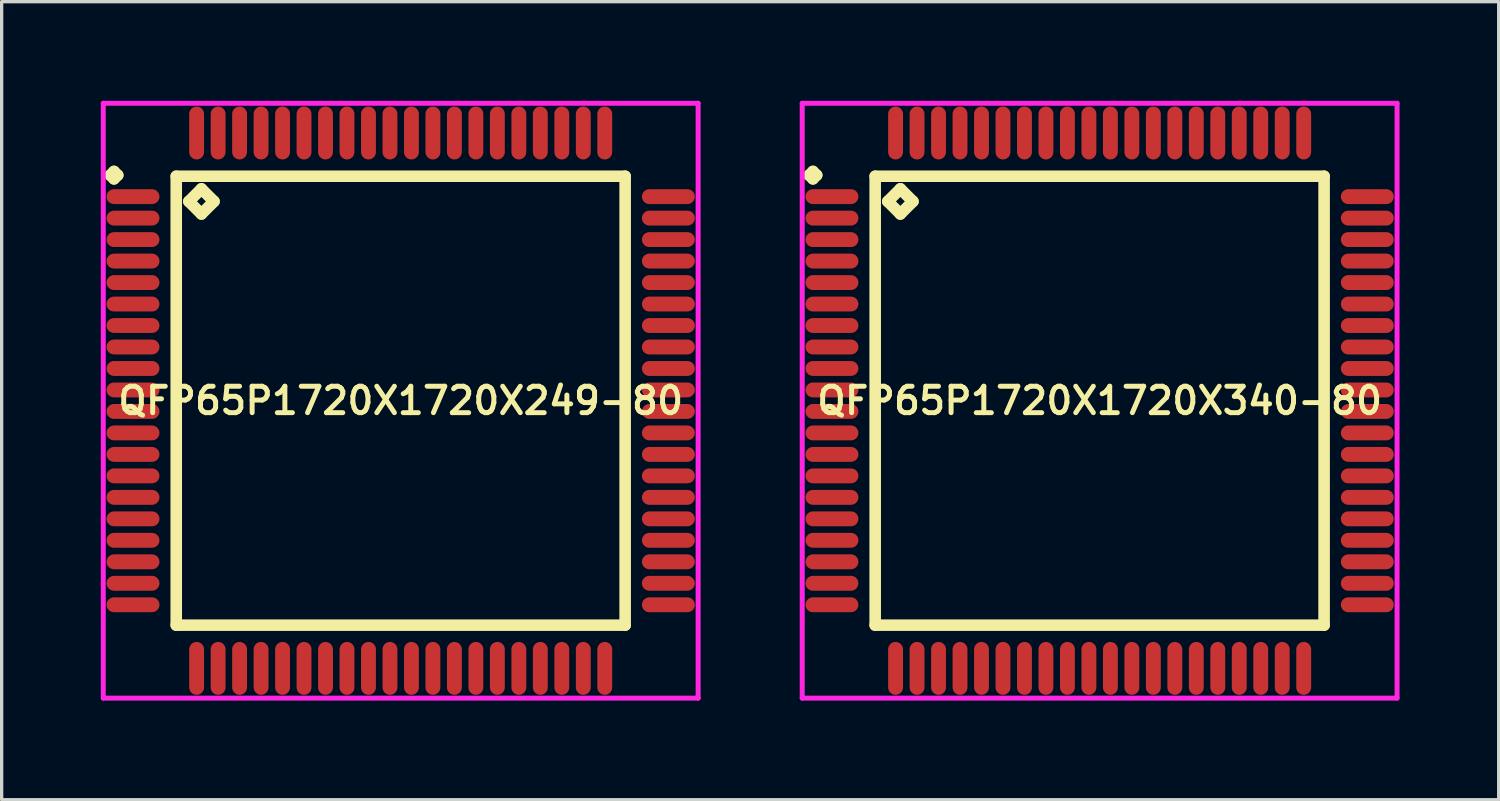
<source format=kicad_pcb>
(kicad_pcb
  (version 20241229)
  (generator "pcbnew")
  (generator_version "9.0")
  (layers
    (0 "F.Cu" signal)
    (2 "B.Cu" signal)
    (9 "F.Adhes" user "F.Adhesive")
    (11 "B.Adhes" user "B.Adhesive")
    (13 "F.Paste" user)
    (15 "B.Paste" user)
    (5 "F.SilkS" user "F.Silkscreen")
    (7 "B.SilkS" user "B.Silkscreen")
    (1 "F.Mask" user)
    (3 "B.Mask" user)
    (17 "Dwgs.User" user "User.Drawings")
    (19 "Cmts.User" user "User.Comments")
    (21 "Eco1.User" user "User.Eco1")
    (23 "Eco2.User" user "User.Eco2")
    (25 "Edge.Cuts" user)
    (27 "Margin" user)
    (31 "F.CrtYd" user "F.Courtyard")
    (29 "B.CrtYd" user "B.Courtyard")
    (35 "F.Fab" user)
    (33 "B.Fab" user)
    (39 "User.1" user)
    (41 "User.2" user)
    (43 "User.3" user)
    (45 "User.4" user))
  (footprint "QFP65P1720X1720X249-80"
    (layer "F.Cu")
    (at 9.075 9.075)
    (property "Reference" "QFP65P1720X1720X249-80" (at 0 0 0) (layer "F.SilkS") (effects (font (size 0.8 0.8) (thickness 0.15))))
    (attr smd)
    (fp_line (start -8.787 -6.825) (end -8.675 -6.938) (stroke (width 0.35) (type solid)) (layer "F.SilkS"))
    (fp_line (start -8.675 -6.938) (end -8.562 -6.825) (stroke (width 0.35) (type solid)) (layer "F.SilkS"))
    (fp_line (start -8.675 -6.713) (end -8.787 -6.825) (stroke (width 0.35) (type solid)) (layer "F.SilkS"))
    (fp_line (start -8.562 -6.825) (end -8.675 -6.713) (stroke (width 0.35) (type solid)) (layer "F.SilkS"))
    (fp_line (start -6.792 -6.792) (end -6.792 6.792) (stroke (width 0.35) (type solid)) (layer "F.SilkS"))
    (fp_line (start -6.792 6.792) (end 6.792 6.792) (stroke (width 0.35) (type solid)) (layer "F.SilkS"))
    (fp_line (start -6.411 -6.03) (end -6.03 -6.411) (stroke (width 0.35) (type solid)) (layer "F.SilkS"))
    (fp_line (start -6.03 -6.411) (end -5.649 -6.03) (stroke (width 0.35) (type solid)) (layer "F.SilkS"))
    (fp_line (start -6.03 -5.649) (end -6.411 -6.03) (stroke (width 0.35) (type solid)) (layer "F.SilkS"))
    (fp_line (start -5.649 -6.03) (end -6.03 -5.649) (stroke (width 0.35) (type solid)) (layer "F.SilkS"))
    (fp_line (start 6.792 -6.792) (end -6.792 -6.792) (stroke (width 0.35) (type solid)) (layer "F.SilkS"))
    (fp_line (start 6.792 6.792) (end 6.792 -6.792) (stroke (width 0.35) (type solid)) (layer "F.SilkS"))
    (fp_line (start -9 -9) (end 9 -9) (stroke (width 0.15) (type solid)) (layer "F.CrtYd"))
    (fp_line (start -9 9) (end -9 -9) (stroke (width 0.15) (type solid)) (layer "F.CrtYd"))
    (fp_line (start 9 -9) (end 9 9) (stroke (width 0.15) (type solid)) (layer "F.CrtYd"))
    (fp_line (start 9 9) (end -9 9) (stroke (width 0.15) (type solid)) (layer "F.CrtYd"))
    (pad "1" smd oval (at -8.1 -6.175) (size 1.6 0.45) (layers "F.Cu" "F.Mask" "F.Paste"))
    (pad "2" smd oval (at -8.1 -5.525) (size 1.6 0.45) (layers "F.Cu" "F.Mask" "F.Paste"))
    (pad "3" smd oval (at -8.1 -4.875) (size 1.6 0.45) (layers "F.Cu" "F.Mask" "F.Paste"))
    (pad "4" smd oval (at -8.1 -4.225) (size 1.6 0.45) (layers "F.Cu" "F.Mask" "F.Paste"))
    (pad "5" smd oval (at -8.1 -3.575) (size 1.6 0.45) (layers "F.Cu" "F.Mask" "F.Paste"))
    (pad "6" smd oval (at -8.1 -2.925) (size 1.6 0.45) (layers "F.Cu" "F.Mask" "F.Paste"))
    (pad "7" smd oval (at -8.1 -2.275) (size 1.6 0.45) (layers "F.Cu" "F.Mask" "F.Paste"))
    (pad "8" smd oval (at -8.1 -1.625) (size 1.6 0.45) (layers "F.Cu" "F.Mask" "F.Paste"))
    (pad "9" smd oval (at -8.1 -0.975) (size 1.6 0.45) (layers "F.Cu" "F.Mask" "F.Paste"))
    (pad "10" smd oval (at -8.1 -0.325) (size 1.6 0.45) (layers "F.Cu" "F.Mask" "F.Paste"))
    (pad "11" smd oval (at -8.1 0.325) (size 1.6 0.45) (layers "F.Cu" "F.Mask" "F.Paste"))
    (pad "12" smd oval (at -8.1 0.975) (size 1.6 0.45) (layers "F.Cu" "F.Mask" "F.Paste"))
    (pad "13" smd oval (at -8.1 1.625) (size 1.6 0.45) (layers "F.Cu" "F.Mask" "F.Paste"))
    (pad "14" smd oval (at -8.1 2.275) (size 1.6 0.45) (layers "F.Cu" "F.Mask" "F.Paste"))
    (pad "15" smd oval (at -8.1 2.925) (size 1.6 0.45) (layers "F.Cu" "F.Mask" "F.Paste"))
    (pad "16" smd oval (at -8.1 3.575) (size 1.6 0.45) (layers "F.Cu" "F.Mask" "F.Paste"))
    (pad "17" smd oval (at -8.1 4.225) (size 1.6 0.45) (layers "F.Cu" "F.Mask" "F.Paste"))
    (pad "18" smd oval (at -8.1 4.875) (size 1.6 0.45) (layers "F.Cu" "F.Mask" "F.Paste"))
    (pad "19" smd oval (at -8.1 5.525) (size 1.6 0.45) (layers "F.Cu" "F.Mask" "F.Paste"))
    (pad "20" smd oval (at -8.1 6.175) (size 1.6 0.45) (layers "F.Cu" "F.Mask" "F.Paste"))
    (pad "21" smd oval (at -6.175 8.1) (size 0.45 1.6) (layers "F.Cu" "F.Mask" "F.Paste"))
    (pad "22" smd oval (at -5.525 8.1) (size 0.45 1.6) (layers "F.Cu" "F.Mask" "F.Paste"))
    (pad "23" smd oval (at -4.875 8.1) (size 0.45 1.6) (layers "F.Cu" "F.Mask" "F.Paste"))
    (pad "24" smd oval (at -4.225 8.1) (size 0.45 1.6) (layers "F.Cu" "F.Mask" "F.Paste"))
    (pad "25" smd oval (at -3.575 8.1) (size 0.45 1.6) (layers "F.Cu" "F.Mask" "F.Paste"))
    (pad "26" smd oval (at -2.925 8.1) (size 0.45 1.6) (layers "F.Cu" "F.Mask" "F.Paste"))
    (pad "27" smd oval (at -2.275 8.1) (size 0.45 1.6) (layers "F.Cu" "F.Mask" "F.Paste"))
    (pad "28" smd oval (at -1.625 8.1) (size 0.45 1.6) (layers "F.Cu" "F.Mask" "F.Paste"))
    (pad "29" smd oval (at -0.975 8.1) (size 0.45 1.6) (layers "F.Cu" "F.Mask" "F.Paste"))
    (pad "30" smd oval (at -0.325 8.1) (size 0.45 1.6) (layers "F.Cu" "F.Mask" "F.Paste"))
    (pad "31" smd oval (at 0.325 8.1) (size 0.45 1.6) (layers "F.Cu" "F.Mask" "F.Paste"))
    (pad "32" smd oval (at 0.975 8.1) (size 0.45 1.6) (layers "F.Cu" "F.Mask" "F.Paste"))
    (pad "33" smd oval (at 1.625 8.1) (size 0.45 1.6) (layers "F.Cu" "F.Mask" "F.Paste"))
    (pad "34" smd oval (at 2.275 8.1) (size 0.45 1.6) (layers "F.Cu" "F.Mask" "F.Paste"))
    (pad "35" smd oval (at 2.925 8.1) (size 0.45 1.6) (layers "F.Cu" "F.Mask" "F.Paste"))
    (pad "36" smd oval (at 3.575 8.1) (size 0.45 1.6) (layers "F.Cu" "F.Mask" "F.Paste"))
    (pad "37" smd oval (at 4.225 8.1) (size 0.45 1.6) (layers "F.Cu" "F.Mask" "F.Paste"))
    (pad "38" smd oval (at 4.875 8.1) (size 0.45 1.6) (layers "F.Cu" "F.Mask" "F.Paste"))
    (pad "39" smd oval (at 5.525 8.1) (size 0.45 1.6) (layers "F.Cu" "F.Mask" "F.Paste"))
    (pad "40" smd oval (at 6.175 8.1) (size 0.45 1.6) (layers "F.Cu" "F.Mask" "F.Paste"))
    (pad "41" smd oval (at 8.1 6.175) (size 1.6 0.45) (layers "F.Cu" "F.Mask" "F.Paste"))
    (pad "42" smd oval (at 8.1 5.525) (size 1.6 0.45) (layers "F.Cu" "F.Mask" "F.Paste"))
    (pad "43" smd oval (at 8.1 4.875) (size 1.6 0.45) (layers "F.Cu" "F.Mask" "F.Paste"))
    (pad "44" smd oval (at 8.1 4.225) (size 1.6 0.45) (layers "F.Cu" "F.Mask" "F.Paste"))
    (pad "45" smd oval (at 8.1 3.575) (size 1.6 0.45) (layers "F.Cu" "F.Mask" "F.Paste"))
    (pad "46" smd oval (at 8.1 2.925) (size 1.6 0.45) (layers "F.Cu" "F.Mask" "F.Paste"))
    (pad "47" smd oval (at 8.1 2.275) (size 1.6 0.45) (layers "F.Cu" "F.Mask" "F.Paste"))
    (pad "48" smd oval (at 8.1 1.625) (size 1.6 0.45) (layers "F.Cu" "F.Mask" "F.Paste"))
    (pad "49" smd oval (at 8.1 0.975) (size 1.6 0.45) (layers "F.Cu" "F.Mask" "F.Paste"))
    (pad "50" smd oval (at 8.1 0.325) (size 1.6 0.45) (layers "F.Cu" "F.Mask" "F.Paste"))
    (pad "51" smd oval (at 8.1 -0.325) (size 1.6 0.45) (layers "F.Cu" "F.Mask" "F.Paste"))
    (pad "52" smd oval (at 8.1 -0.975) (size 1.6 0.45) (layers "F.Cu" "F.Mask" "F.Paste"))
    (pad "53" smd oval (at 8.1 -1.625) (size 1.6 0.45) (layers "F.Cu" "F.Mask" "F.Paste"))
    (pad "54" smd oval (at 8.1 -2.275) (size 1.6 0.45) (layers "F.Cu" "F.Mask" "F.Paste"))
    (pad "55" smd oval (at 8.1 -2.925) (size 1.6 0.45) (layers "F.Cu" "F.Mask" "F.Paste"))
    (pad "56" smd oval (at 8.1 -3.575) (size 1.6 0.45) (layers "F.Cu" "F.Mask" "F.Paste"))
    (pad "57" smd oval (at 8.1 -4.225) (size 1.6 0.45) (layers "F.Cu" "F.Mask" "F.Paste"))
    (pad "58" smd oval (at 8.1 -4.875) (size 1.6 0.45) (layers "F.Cu" "F.Mask" "F.Paste"))
    (pad "59" smd oval (at 8.1 -5.525) (size 1.6 0.45) (layers "F.Cu" "F.Mask" "F.Paste"))
    (pad "60" smd oval (at 8.1 -6.175) (size 1.6 0.45) (layers "F.Cu" "F.Mask" "F.Paste"))
    (pad "61" smd oval (at 6.175 -8.1) (size 0.45 1.6) (layers "F.Cu" "F.Mask" "F.Paste"))
    (pad "62" smd oval (at 5.525 -8.1) (size 0.45 1.6) (layers "F.Cu" "F.Mask" "F.Paste"))
    (pad "63" smd oval (at 4.875 -8.1) (size 0.45 1.6) (layers "F.Cu" "F.Mask" "F.Paste"))
    (pad "64" smd oval (at 4.225 -8.1) (size 0.45 1.6) (layers "F.Cu" "F.Mask" "F.Paste"))
    (pad "65" smd oval (at 3.575 -8.1) (size 0.45 1.6) (layers "F.Cu" "F.Mask" "F.Paste"))
    (pad "66" smd oval (at 2.925 -8.1) (size 0.45 1.6) (layers "F.Cu" "F.Mask" "F.Paste"))
    (pad "67" smd oval (at 2.275 -8.1) (size 0.45 1.6) (layers "F.Cu" "F.Mask" "F.Paste"))
    (pad "68" smd oval (at 1.625 -8.1) (size 0.45 1.6) (layers "F.Cu" "F.Mask" "F.Paste"))
    (pad "69" smd oval (at 0.975 -8.1) (size 0.45 1.6) (layers "F.Cu" "F.Mask" "F.Paste"))
    (pad "70" smd oval (at 0.325 -8.1) (size 0.45 1.6) (layers "F.Cu" "F.Mask" "F.Paste"))
    (pad "71" smd oval (at -0.325 -8.1) (size 0.45 1.6) (layers "F.Cu" "F.Mask" "F.Paste"))
    (pad "72" smd oval (at -0.975 -8.1) (size 0.45 1.6) (layers "F.Cu" "F.Mask" "F.Paste"))
    (pad "73" smd oval (at -1.625 -8.1) (size 0.45 1.6) (layers "F.Cu" "F.Mask" "F.Paste"))
    (pad "74" smd oval (at -2.275 -8.1) (size 0.45 1.6) (layers "F.Cu" "F.Mask" "F.Paste"))
    (pad "75" smd oval (at -2.925 -8.1) (size 0.45 1.6) (layers "F.Cu" "F.Mask" "F.Paste"))
    (pad "76" smd oval (at -3.575 -8.1) (size 0.45 1.6) (layers "F.Cu" "F.Mask" "F.Paste"))
    (pad "77" smd oval (at -4.225 -8.1) (size 0.45 1.6) (layers "F.Cu" "F.Mask" "F.Paste"))
    (pad "78" smd oval (at -4.875 -8.1) (size 0.45 1.6) (layers "F.Cu" "F.Mask" "F.Paste"))
    (pad "79" smd oval (at -5.525 -8.1) (size 0.45 1.6) (layers "F.Cu" "F.Mask" "F.Paste"))
    (pad "80" smd oval (at -6.175 -8.1) (size 0.45 1.6) (layers "F.Cu" "F.Mask" "F.Paste")))
  (footprint "QFP65P1720X1720X340-80"
    (layer "F.Cu")
    (at 30.225 9.075)
    (property "Reference" "QFP65P1720X1720X340-80" (at 0 0 0) (layer "F.SilkS") (effects (font (size 0.8 0.8) (thickness 0.15))))
    (attr smd)
    (fp_line (start -8.787 -6.825) (end -8.675 -6.938) (stroke (width 0.35) (type solid)) (layer "F.SilkS"))
    (fp_line (start -8.675 -6.938) (end -8.562 -6.825) (stroke (width 0.35) (type solid)) (layer "F.SilkS"))
    (fp_line (start -8.675 -6.713) (end -8.787 -6.825) (stroke (width 0.35) (type solid)) (layer "F.SilkS"))
    (fp_line (start -8.562 -6.825) (end -8.675 -6.713) (stroke (width 0.35) (type solid)) (layer "F.SilkS"))
    (fp_line (start -6.792 -6.792) (end -6.792 6.792) (stroke (width 0.35) (type solid)) (layer "F.SilkS"))
    (fp_line (start -6.792 6.792) (end 6.792 6.792) (stroke (width 0.35) (type solid)) (layer "F.SilkS"))
    (fp_line (start -6.411 -6.03) (end -6.03 -6.411) (stroke (width 0.35) (type solid)) (layer "F.SilkS"))
    (fp_line (start -6.03 -6.411) (end -5.649 -6.03) (stroke (width 0.35) (type solid)) (layer "F.SilkS"))
    (fp_line (start -6.03 -5.649) (end -6.411 -6.03) (stroke (width 0.35) (type solid)) (layer "F.SilkS"))
    (fp_line (start -5.649 -6.03) (end -6.03 -5.649) (stroke (width 0.35) (type solid)) (layer "F.SilkS"))
    (fp_line (start 6.792 -6.792) (end -6.792 -6.792) (stroke (width 0.35) (type solid)) (layer "F.SilkS"))
    (fp_line (start 6.792 6.792) (end 6.792 -6.792) (stroke (width 0.35) (type solid)) (layer "F.SilkS"))
    (fp_line (start -9 -9) (end 9 -9) (stroke (width 0.15) (type solid)) (layer "F.CrtYd"))
    (fp_line (start -9 9) (end -9 -9) (stroke (width 0.15) (type solid)) (layer "F.CrtYd"))
    (fp_line (start 9 -9) (end 9 9) (stroke (width 0.15) (type solid)) (layer "F.CrtYd"))
    (fp_line (start 9 9) (end -9 9) (stroke (width 0.15) (type solid)) (layer "F.CrtYd"))
    (pad "1" smd oval (at -8.1 -6.175) (size 1.6 0.45) (layers "F.Cu" "F.Mask" "F.Paste"))
    (pad "2" smd oval (at -8.1 -5.525) (size 1.6 0.45) (layers "F.Cu" "F.Mask" "F.Paste"))
    (pad "3" smd oval (at -8.1 -4.875) (size 1.6 0.45) (layers "F.Cu" "F.Mask" "F.Paste"))
    (pad "4" smd oval (at -8.1 -4.225) (size 1.6 0.45) (layers "F.Cu" "F.Mask" "F.Paste"))
    (pad "5" smd oval (at -8.1 -3.575) (size 1.6 0.45) (layers "F.Cu" "F.Mask" "F.Paste"))
    (pad "6" smd oval (at -8.1 -2.925) (size 1.6 0.45) (layers "F.Cu" "F.Mask" "F.Paste"))
    (pad "7" smd oval (at -8.1 -2.275) (size 1.6 0.45) (layers "F.Cu" "F.Mask" "F.Paste"))
    (pad "8" smd oval (at -8.1 -1.625) (size 1.6 0.45) (layers "F.Cu" "F.Mask" "F.Paste"))
    (pad "9" smd oval (at -8.1 -0.975) (size 1.6 0.45) (layers "F.Cu" "F.Mask" "F.Paste"))
    (pad "10" smd oval (at -8.1 -0.325) (size 1.6 0.45) (layers "F.Cu" "F.Mask" "F.Paste"))
    (pad "11" smd oval (at -8.1 0.325) (size 1.6 0.45) (layers "F.Cu" "F.Mask" "F.Paste"))
    (pad "12" smd oval (at -8.1 0.975) (size 1.6 0.45) (layers "F.Cu" "F.Mask" "F.Paste"))
    (pad "13" smd oval (at -8.1 1.625) (size 1.6 0.45) (layers "F.Cu" "F.Mask" "F.Paste"))
    (pad "14" smd oval (at -8.1 2.275) (size 1.6 0.45) (layers "F.Cu" "F.Mask" "F.Paste"))
    (pad "15" smd oval (at -8.1 2.925) (size 1.6 0.45) (layers "F.Cu" "F.Mask" "F.Paste"))
    (pad "16" smd oval (at -8.1 3.575) (size 1.6 0.45) (layers "F.Cu" "F.Mask" "F.Paste"))
    (pad "17" smd oval (at -8.1 4.225) (size 1.6 0.45) (layers "F.Cu" "F.Mask" "F.Paste"))
    (pad "18" smd oval (at -8.1 4.875) (size 1.6 0.45) (layers "F.Cu" "F.Mask" "F.Paste"))
    (pad "19" smd oval (at -8.1 5.525) (size 1.6 0.45) (layers "F.Cu" "F.Mask" "F.Paste"))
    (pad "20" smd oval (at -8.1 6.175) (size 1.6 0.45) (layers "F.Cu" "F.Mask" "F.Paste"))
    (pad "21" smd oval (at -6.175 8.1) (size 0.45 1.6) (layers "F.Cu" "F.Mask" "F.Paste"))
    (pad "22" smd oval (at -5.525 8.1) (size 0.45 1.6) (layers "F.Cu" "F.Mask" "F.Paste"))
    (pad "23" smd oval (at -4.875 8.1) (size 0.45 1.6) (layers "F.Cu" "F.Mask" "F.Paste"))
    (pad "24" smd oval (at -4.225 8.1) (size 0.45 1.6) (layers "F.Cu" "F.Mask" "F.Paste"))
    (pad "25" smd oval (at -3.575 8.1) (size 0.45 1.6) (layers "F.Cu" "F.Mask" "F.Paste"))
    (pad "26" smd oval (at -2.925 8.1) (size 0.45 1.6) (layers "F.Cu" "F.Mask" "F.Paste"))
    (pad "27" smd oval (at -2.275 8.1) (size 0.45 1.6) (layers "F.Cu" "F.Mask" "F.Paste"))
    (pad "28" smd oval (at -1.625 8.1) (size 0.45 1.6) (layers "F.Cu" "F.Mask" "F.Paste"))
    (pad "29" smd oval (at -0.975 8.1) (size 0.45 1.6) (layers "F.Cu" "F.Mask" "F.Paste"))
    (pad "30" smd oval (at -0.325 8.1) (size 0.45 1.6) (layers "F.Cu" "F.Mask" "F.Paste"))
    (pad "31" smd oval (at 0.325 8.1) (size 0.45 1.6) (layers "F.Cu" "F.Mask" "F.Paste"))
    (pad "32" smd oval (at 0.975 8.1) (size 0.45 1.6) (layers "F.Cu" "F.Mask" "F.Paste"))
    (pad "33" smd oval (at 1.625 8.1) (size 0.45 1.6) (layers "F.Cu" "F.Mask" "F.Paste"))
    (pad "34" smd oval (at 2.275 8.1) (size 0.45 1.6) (layers "F.Cu" "F.Mask" "F.Paste"))
    (pad "35" smd oval (at 2.925 8.1) (size 0.45 1.6) (layers "F.Cu" "F.Mask" "F.Paste"))
    (pad "36" smd oval (at 3.575 8.1) (size 0.45 1.6) (layers "F.Cu" "F.Mask" "F.Paste"))
    (pad "37" smd oval (at 4.225 8.1) (size 0.45 1.6) (layers "F.Cu" "F.Mask" "F.Paste"))
    (pad "38" smd oval (at 4.875 8.1) (size 0.45 1.6) (layers "F.Cu" "F.Mask" "F.Paste"))
    (pad "39" smd oval (at 5.525 8.1) (size 0.45 1.6) (layers "F.Cu" "F.Mask" "F.Paste"))
    (pad "40" smd oval (at 6.175 8.1) (size 0.45 1.6) (layers "F.Cu" "F.Mask" "F.Paste"))
    (pad "41" smd oval (at 8.1 6.175) (size 1.6 0.45) (layers "F.Cu" "F.Mask" "F.Paste"))
    (pad "42" smd oval (at 8.1 5.525) (size 1.6 0.45) (layers "F.Cu" "F.Mask" "F.Paste"))
    (pad "43" smd oval (at 8.1 4.875) (size 1.6 0.45) (layers "F.Cu" "F.Mask" "F.Paste"))
    (pad "44" smd oval (at 8.1 4.225) (size 1.6 0.45) (layers "F.Cu" "F.Mask" "F.Paste"))
    (pad "45" smd oval (at 8.1 3.575) (size 1.6 0.45) (layers "F.Cu" "F.Mask" "F.Paste"))
    (pad "46" smd oval (at 8.1 2.925) (size 1.6 0.45) (layers "F.Cu" "F.Mask" "F.Paste"))
    (pad "47" smd oval (at 8.1 2.275) (size 1.6 0.45) (layers "F.Cu" "F.Mask" "F.Paste"))
    (pad "48" smd oval (at 8.1 1.625) (size 1.6 0.45) (layers "F.Cu" "F.Mask" "F.Paste"))
    (pad "49" smd oval (at 8.1 0.975) (size 1.6 0.45) (layers "F.Cu" "F.Mask" "F.Paste"))
    (pad "50" smd oval (at 8.1 0.325) (size 1.6 0.45) (layers "F.Cu" "F.Mask" "F.Paste"))
    (pad "51" smd oval (at 8.1 -0.325) (size 1.6 0.45) (layers "F.Cu" "F.Mask" "F.Paste"))
    (pad "52" smd oval (at 8.1 -0.975) (size 1.6 0.45) (layers "F.Cu" "F.Mask" "F.Paste"))
    (pad "53" smd oval (at 8.1 -1.625) (size 1.6 0.45) (layers "F.Cu" "F.Mask" "F.Paste"))
    (pad "54" smd oval (at 8.1 -2.275) (size 1.6 0.45) (layers "F.Cu" "F.Mask" "F.Paste"))
    (pad "55" smd oval (at 8.1 -2.925) (size 1.6 0.45) (layers "F.Cu" "F.Mask" "F.Paste"))
    (pad "56" smd oval (at 8.1 -3.575) (size 1.6 0.45) (layers "F.Cu" "F.Mask" "F.Paste"))
    (pad "57" smd oval (at 8.1 -4.225) (size 1.6 0.45) (layers "F.Cu" "F.Mask" "F.Paste"))
    (pad "58" smd oval (at 8.1 -4.875) (size 1.6 0.45) (layers "F.Cu" "F.Mask" "F.Paste"))
    (pad "59" smd oval (at 8.1 -5.525) (size 1.6 0.45) (layers "F.Cu" "F.Mask" "F.Paste"))
    (pad "60" smd oval (at 8.1 -6.175) (size 1.6 0.45) (layers "F.Cu" "F.Mask" "F.Paste"))
    (pad "61" smd oval (at 6.175 -8.1) (size 0.45 1.6) (layers "F.Cu" "F.Mask" "F.Paste"))
    (pad "62" smd oval (at 5.525 -8.1) (size 0.45 1.6) (layers "F.Cu" "F.Mask" "F.Paste"))
    (pad "63" smd oval (at 4.875 -8.1) (size 0.45 1.6) (layers "F.Cu" "F.Mask" "F.Paste"))
    (pad "64" smd oval (at 4.225 -8.1) (size 0.45 1.6) (layers "F.Cu" "F.Mask" "F.Paste"))
    (pad "65" smd oval (at 3.575 -8.1) (size 0.45 1.6) (layers "F.Cu" "F.Mask" "F.Paste"))
    (pad "66" smd oval (at 2.925 -8.1) (size 0.45 1.6) (layers "F.Cu" "F.Mask" "F.Paste"))
    (pad "67" smd oval (at 2.275 -8.1) (size 0.45 1.6) (layers "F.Cu" "F.Mask" "F.Paste"))
    (pad "68" smd oval (at 1.625 -8.1) (size 0.45 1.6) (layers "F.Cu" "F.Mask" "F.Paste"))
    (pad "69" smd oval (at 0.975 -8.1) (size 0.45 1.6) (layers "F.Cu" "F.Mask" "F.Paste"))
    (pad "70" smd oval (at 0.325 -8.1) (size 0.45 1.6) (layers "F.Cu" "F.Mask" "F.Paste"))
    (pad "71" smd oval (at -0.325 -8.1) (size 0.45 1.6) (layers "F.Cu" "F.Mask" "F.Paste"))
    (pad "72" smd oval (at -0.975 -8.1) (size 0.45 1.6) (layers "F.Cu" "F.Mask" "F.Paste"))
    (pad "73" smd oval (at -1.625 -8.1) (size 0.45 1.6) (layers "F.Cu" "F.Mask" "F.Paste"))
    (pad "74" smd oval (at -2.275 -8.1) (size 0.45 1.6) (layers "F.Cu" "F.Mask" "F.Paste"))
    (pad "75" smd oval (at -2.925 -8.1) (size 0.45 1.6) (layers "F.Cu" "F.Mask" "F.Paste"))
    (pad "76" smd oval (at -3.575 -8.1) (size 0.45 1.6) (layers "F.Cu" "F.Mask" "F.Paste"))
    (pad "77" smd oval (at -4.225 -8.1) (size 0.45 1.6) (layers "F.Cu" "F.Mask" "F.Paste"))
    (pad "78" smd oval (at -4.875 -8.1) (size 0.45 1.6) (layers "F.Cu" "F.Mask" "F.Paste"))
    (pad "79" smd oval (at -5.525 -8.1) (size 0.45 1.6) (layers "F.Cu" "F.Mask" "F.Paste"))
    (pad "80" smd oval (at -6.175 -8.1) (size 0.45 1.6) (layers "F.Cu" "F.Mask" "F.Paste")))
  (gr_rect
    (start -3 -3)
    (end 42.3 21.15)
    (stroke (width 0.1) (type default))
    (fill no)
    (layer "Edge.Cuts")))
</source>
